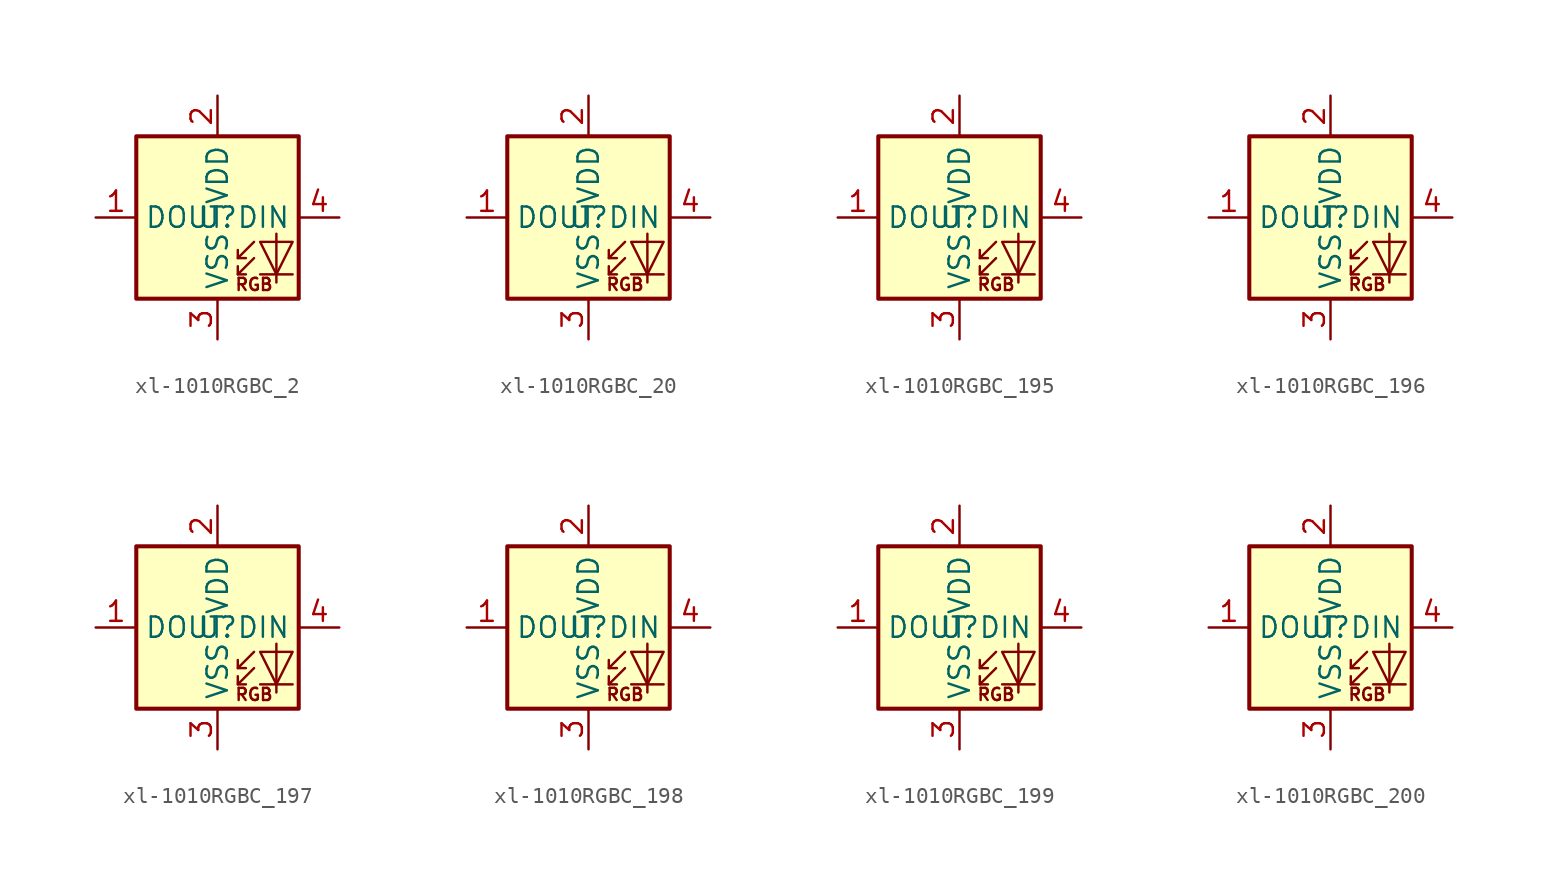
<source format=kicad_sym>
(kicad_symbol_lib
  (version 20231120)
  (generator "kicad_symbol_editor")
  (generator_version "8.0")
  (symbol "xl-1010RGBC_2"
    (property "Reference" "U"
      (at 0 0 0)
      (effects (font (size 1.27 1.27))))
    (property "Value" ""
      (at 0 0 0)
      (effects (font (size 1.27 1.27))))
    (symbol "xl-1010RGBC_2_0_0"
      (text "RGB" (at 2.286 -4.191 0) (effects (font (size 0.762 0.762)))))
    (symbol "xl-1010RGBC_2_0_1"
      (polyline (pts (xy 1.27 -3.556) (xy 1.778 -3.556)) (stroke (width 0) (type default)) (fill (type none)))
      (polyline (pts (xy 1.27 -2.54) (xy 1.778 -2.54)) (stroke (width 0) (type default)) (fill (type none)))
      (polyline (pts (xy 4.699 -3.556) (xy 2.667 -3.556)) (stroke (width 0) (type default)) (fill (type none)))
      (polyline (pts (xy 2.286 -2.54) (xy 1.27 -3.556) (xy 1.27 -3.048)) (stroke (width 0) (type default)) (fill (type none)))
      (polyline (pts (xy 2.286 -1.524) (xy 1.27 -2.54) (xy 1.27 -2.032)) (stroke (width 0) (type default)) (fill (type none)))
      (polyline (pts (xy 3.683 -1.016) (xy 3.683 -3.556) (xy 3.683 -4.064)) (stroke (width 0) (type default)) (fill (type none)))
      (polyline (pts (xy 4.699 -1.524) (xy 2.667 -1.524) (xy 3.683 -3.556) (xy 4.699 -1.524)) (stroke (width 0) (type default)) (fill (type none)))
      (rectangle (start 5.08 5.08) (end -5.08 -5.08) (stroke (width 0.254) (type default)) (fill (type background))))
    (symbol "xl-1010RGBC_2_1_1"
      (pin output line (at -7.62 0 0) (length 2.54) (name "DOUT" (effects (font (size 1.27 1.27)))) (number "1" (effects (font (size 1.27 1.27)))))
      (pin power_in line (at 0 7.62 270) (length 2.54) (name "VDD" (effects (font (size 1.27 1.27)))) (number "2" (effects (font (size 1.27 1.27)))))
      (pin power_in line (at 0 -7.62 90) (length 2.54) (name "VSS" (effects (font (size 1.27 1.27)))) (number "3" (effects (font (size 1.27 1.27)))))
      (pin input line (at 7.62 0 180) (length 2.54) (name "DIN" (effects (font (size 1.27 1.27)))) (number "4" (effects (font (size 1.27 1.27)))))))
  (symbol "xl-1010RGBC_20"
    (property "Reference" "U"
      (at 0 0 0)
      (effects (font (size 1.27 1.27))))
    (property "Value" ""
      (at 0 0 0)
      (effects (font (size 1.27 1.27))))
    (symbol "xl-1010RGBC_20_0_0"
      (text "RGB" (at 2.286 -4.191 0) (effects (font (size 0.762 0.762)))))
    (symbol "xl-1010RGBC_20_0_1"
      (polyline (pts (xy 1.27 -3.556) (xy 1.778 -3.556)) (stroke (width 0) (type default)) (fill (type none)))
      (polyline (pts (xy 1.27 -2.54) (xy 1.778 -2.54)) (stroke (width 0) (type default)) (fill (type none)))
      (polyline (pts (xy 4.699 -3.556) (xy 2.667 -3.556)) (stroke (width 0) (type default)) (fill (type none)))
      (polyline (pts (xy 2.286 -2.54) (xy 1.27 -3.556) (xy 1.27 -3.048)) (stroke (width 0) (type default)) (fill (type none)))
      (polyline (pts (xy 2.286 -1.524) (xy 1.27 -2.54) (xy 1.27 -2.032)) (stroke (width 0) (type default)) (fill (type none)))
      (polyline (pts (xy 3.683 -1.016) (xy 3.683 -3.556) (xy 3.683 -4.064)) (stroke (width 0) (type default)) (fill (type none)))
      (polyline (pts (xy 4.699 -1.524) (xy 2.667 -1.524) (xy 3.683 -3.556) (xy 4.699 -1.524)) (stroke (width 0) (type default)) (fill (type none)))
      (rectangle (start 5.08 5.08) (end -5.08 -5.08) (stroke (width 0.254) (type default)) (fill (type background))))
    (symbol "xl-1010RGBC_20_1_1"
      (pin output line (at -7.62 0 0) (length 2.54) (name "DOUT" (effects (font (size 1.27 1.27)))) (number "1" (effects (font (size 1.27 1.27)))))
      (pin power_in line (at 0 7.62 270) (length 2.54) (name "VDD" (effects (font (size 1.27 1.27)))) (number "2" (effects (font (size 1.27 1.27)))))
      (pin power_in line (at 0 -7.62 90) (length 2.54) (name "VSS" (effects (font (size 1.27 1.27)))) (number "3" (effects (font (size 1.27 1.27)))))
      (pin input line (at 7.62 0 180) (length 2.54) (name "DIN" (effects (font (size 1.27 1.27)))) (number "4" (effects (font (size 1.27 1.27)))))))
  (symbol "xl-1010RGBC_195"
    (property "Reference" "U"
      (at 0 0 0)
      (effects (font (size 1.27 1.27))))
    (property "Value" ""
      (at 0 0 0)
      (effects (font (size 1.27 1.27))))
    (symbol "xl-1010RGBC_195_0_0"
      (text "RGB" (at 2.286 -4.191 0) (effects (font (size 0.762 0.762)))))
    (symbol "xl-1010RGBC_195_0_1"
      (polyline (pts (xy 1.27 -3.556) (xy 1.778 -3.556)) (stroke (width 0) (type default)) (fill (type none)))
      (polyline (pts (xy 1.27 -2.54) (xy 1.778 -2.54)) (stroke (width 0) (type default)) (fill (type none)))
      (polyline (pts (xy 4.699 -3.556) (xy 2.667 -3.556)) (stroke (width 0) (type default)) (fill (type none)))
      (polyline (pts (xy 2.286 -2.54) (xy 1.27 -3.556) (xy 1.27 -3.048)) (stroke (width 0) (type default)) (fill (type none)))
      (polyline (pts (xy 2.286 -1.524) (xy 1.27 -2.54) (xy 1.27 -2.032)) (stroke (width 0) (type default)) (fill (type none)))
      (polyline (pts (xy 3.683 -1.016) (xy 3.683 -3.556) (xy 3.683 -4.064)) (stroke (width 0) (type default)) (fill (type none)))
      (polyline (pts (xy 4.699 -1.524) (xy 2.667 -1.524) (xy 3.683 -3.556) (xy 4.699 -1.524)) (stroke (width 0) (type default)) (fill (type none)))
      (rectangle (start 5.08 5.08) (end -5.08 -5.08) (stroke (width 0.254) (type default)) (fill (type background))))
    (symbol "xl-1010RGBC_195_1_1"
      (pin output line (at -7.62 0 0) (length 2.54) (name "DOUT" (effects (font (size 1.27 1.27)))) (number "1" (effects (font (size 1.27 1.27)))))
      (pin power_in line (at 0 7.62 270) (length 2.54) (name "VDD" (effects (font (size 1.27 1.27)))) (number "2" (effects (font (size 1.27 1.27)))))
      (pin power_in line (at 0 -7.62 90) (length 2.54) (name "VSS" (effects (font (size 1.27 1.27)))) (number "3" (effects (font (size 1.27 1.27)))))
      (pin input line (at 7.62 0 180) (length 2.54) (name "DIN" (effects (font (size 1.27 1.27)))) (number "4" (effects (font (size 1.27 1.27)))))))
  (symbol "xl-1010RGBC_196"
    (property "Reference" "U"
      (at 0 0 0)
      (effects (font (size 1.27 1.27))))
    (property "Value" ""
      (at 0 0 0)
      (effects (font (size 1.27 1.27))))
    (symbol "xl-1010RGBC_196_0_0"
      (text "RGB" (at 2.286 -4.191 0) (effects (font (size 0.762 0.762)))))
    (symbol "xl-1010RGBC_196_0_1"
      (polyline (pts (xy 1.27 -3.556) (xy 1.778 -3.556)) (stroke (width 0) (type default)) (fill (type none)))
      (polyline (pts (xy 1.27 -2.54) (xy 1.778 -2.54)) (stroke (width 0) (type default)) (fill (type none)))
      (polyline (pts (xy 4.699 -3.556) (xy 2.667 -3.556)) (stroke (width 0) (type default)) (fill (type none)))
      (polyline (pts (xy 2.286 -2.54) (xy 1.27 -3.556) (xy 1.27 -3.048)) (stroke (width 0) (type default)) (fill (type none)))
      (polyline (pts (xy 2.286 -1.524) (xy 1.27 -2.54) (xy 1.27 -2.032)) (stroke (width 0) (type default)) (fill (type none)))
      (polyline (pts (xy 3.683 -1.016) (xy 3.683 -3.556) (xy 3.683 -4.064)) (stroke (width 0) (type default)) (fill (type none)))
      (polyline (pts (xy 4.699 -1.524) (xy 2.667 -1.524) (xy 3.683 -3.556) (xy 4.699 -1.524)) (stroke (width 0) (type default)) (fill (type none)))
      (rectangle (start 5.08 5.08) (end -5.08 -5.08) (stroke (width 0.254) (type default)) (fill (type background))))
    (symbol "xl-1010RGBC_196_1_1"
      (pin output line (at -7.62 0 0) (length 2.54) (name "DOUT" (effects (font (size 1.27 1.27)))) (number "1" (effects (font (size 1.27 1.27)))))
      (pin power_in line (at 0 7.62 270) (length 2.54) (name "VDD" (effects (font (size 1.27 1.27)))) (number "2" (effects (font (size 1.27 1.27)))))
      (pin power_in line (at 0 -7.62 90) (length 2.54) (name "VSS" (effects (font (size 1.27 1.27)))) (number "3" (effects (font (size 1.27 1.27)))))
      (pin input line (at 7.62 0 180) (length 2.54) (name "DIN" (effects (font (size 1.27 1.27)))) (number "4" (effects (font (size 1.27 1.27)))))))
  (symbol "xl-1010RGBC_197"
    (property "Reference" "U"
      (at 0 0 0)
      (effects (font (size 1.27 1.27))))
    (property "Value" ""
      (at 0 0 0)
      (effects (font (size 1.27 1.27))))
    (symbol "xl-1010RGBC_197_0_0"
      (text "RGB" (at 2.286 -4.191 0) (effects (font (size 0.762 0.762)))))
    (symbol "xl-1010RGBC_197_0_1"
      (polyline (pts (xy 1.27 -3.556) (xy 1.778 -3.556)) (stroke (width 0) (type default)) (fill (type none)))
      (polyline (pts (xy 1.27 -2.54) (xy 1.778 -2.54)) (stroke (width 0) (type default)) (fill (type none)))
      (polyline (pts (xy 4.699 -3.556) (xy 2.667 -3.556)) (stroke (width 0) (type default)) (fill (type none)))
      (polyline (pts (xy 2.286 -2.54) (xy 1.27 -3.556) (xy 1.27 -3.048)) (stroke (width 0) (type default)) (fill (type none)))
      (polyline (pts (xy 2.286 -1.524) (xy 1.27 -2.54) (xy 1.27 -2.032)) (stroke (width 0) (type default)) (fill (type none)))
      (polyline (pts (xy 3.683 -1.016) (xy 3.683 -3.556) (xy 3.683 -4.064)) (stroke (width 0) (type default)) (fill (type none)))
      (polyline (pts (xy 4.699 -1.524) (xy 2.667 -1.524) (xy 3.683 -3.556) (xy 4.699 -1.524)) (stroke (width 0) (type default)) (fill (type none)))
      (rectangle (start 5.08 5.08) (end -5.08 -5.08) (stroke (width 0.254) (type default)) (fill (type background))))
    (symbol "xl-1010RGBC_197_1_1"
      (pin output line (at -7.62 0 0) (length 2.54) (name "DOUT" (effects (font (size 1.27 1.27)))) (number "1" (effects (font (size 1.27 1.27)))))
      (pin power_in line (at 0 7.62 270) (length 2.54) (name "VDD" (effects (font (size 1.27 1.27)))) (number "2" (effects (font (size 1.27 1.27)))))
      (pin power_in line (at 0 -7.62 90) (length 2.54) (name "VSS" (effects (font (size 1.27 1.27)))) (number "3" (effects (font (size 1.27 1.27)))))
      (pin input line (at 7.62 0 180) (length 2.54) (name "DIN" (effects (font (size 1.27 1.27)))) (number "4" (effects (font (size 1.27 1.27)))))))
  (symbol "xl-1010RGBC_198"
    (property "Reference" "U"
      (at 0 0 0)
      (effects (font (size 1.27 1.27))))
    (property "Value" ""
      (at 0 0 0)
      (effects (font (size 1.27 1.27))))
    (symbol "xl-1010RGBC_198_0_0"
      (text "RGB" (at 2.286 -4.191 0) (effects (font (size 0.762 0.762)))))
    (symbol "xl-1010RGBC_198_0_1"
      (polyline (pts (xy 1.27 -3.556) (xy 1.778 -3.556)) (stroke (width 0) (type default)) (fill (type none)))
      (polyline (pts (xy 1.27 -2.54) (xy 1.778 -2.54)) (stroke (width 0) (type default)) (fill (type none)))
      (polyline (pts (xy 4.699 -3.556) (xy 2.667 -3.556)) (stroke (width 0) (type default)) (fill (type none)))
      (polyline (pts (xy 2.286 -2.54) (xy 1.27 -3.556) (xy 1.27 -3.048)) (stroke (width 0) (type default)) (fill (type none)))
      (polyline (pts (xy 2.286 -1.524) (xy 1.27 -2.54) (xy 1.27 -2.032)) (stroke (width 0) (type default)) (fill (type none)))
      (polyline (pts (xy 3.683 -1.016) (xy 3.683 -3.556) (xy 3.683 -4.064)) (stroke (width 0) (type default)) (fill (type none)))
      (polyline (pts (xy 4.699 -1.524) (xy 2.667 -1.524) (xy 3.683 -3.556) (xy 4.699 -1.524)) (stroke (width 0) (type default)) (fill (type none)))
      (rectangle (start 5.08 5.08) (end -5.08 -5.08) (stroke (width 0.254) (type default)) (fill (type background))))
    (symbol "xl-1010RGBC_198_1_1"
      (pin output line (at -7.62 0 0) (length 2.54) (name "DOUT" (effects (font (size 1.27 1.27)))) (number "1" (effects (font (size 1.27 1.27)))))
      (pin power_in line (at 0 7.62 270) (length 2.54) (name "VDD" (effects (font (size 1.27 1.27)))) (number "2" (effects (font (size 1.27 1.27)))))
      (pin power_in line (at 0 -7.62 90) (length 2.54) (name "VSS" (effects (font (size 1.27 1.27)))) (number "3" (effects (font (size 1.27 1.27)))))
      (pin input line (at 7.62 0 180) (length 2.54) (name "DIN" (effects (font (size 1.27 1.27)))) (number "4" (effects (font (size 1.27 1.27)))))))
  (symbol "xl-1010RGBC_199"
    (property "Reference" "U"
      (at 0 0 0)
      (effects (font (size 1.27 1.27))))
    (property "Value" ""
      (at 0 0 0)
      (effects (font (size 1.27 1.27))))
    (symbol "xl-1010RGBC_199_0_0"
      (text "RGB" (at 2.286 -4.191 0) (effects (font (size 0.762 0.762)))))
    (symbol "xl-1010RGBC_199_0_1"
      (polyline (pts (xy 1.27 -3.556) (xy 1.778 -3.556)) (stroke (width 0) (type default)) (fill (type none)))
      (polyline (pts (xy 1.27 -2.54) (xy 1.778 -2.54)) (stroke (width 0) (type default)) (fill (type none)))
      (polyline (pts (xy 4.699 -3.556) (xy 2.667 -3.556)) (stroke (width 0) (type default)) (fill (type none)))
      (polyline (pts (xy 2.286 -2.54) (xy 1.27 -3.556) (xy 1.27 -3.048)) (stroke (width 0) (type default)) (fill (type none)))
      (polyline (pts (xy 2.286 -1.524) (xy 1.27 -2.54) (xy 1.27 -2.032)) (stroke (width 0) (type default)) (fill (type none)))
      (polyline (pts (xy 3.683 -1.016) (xy 3.683 -3.556) (xy 3.683 -4.064)) (stroke (width 0) (type default)) (fill (type none)))
      (polyline (pts (xy 4.699 -1.524) (xy 2.667 -1.524) (xy 3.683 -3.556) (xy 4.699 -1.524)) (stroke (width 0) (type default)) (fill (type none)))
      (rectangle (start 5.08 5.08) (end -5.08 -5.08) (stroke (width 0.254) (type default)) (fill (type background))))
    (symbol "xl-1010RGBC_199_1_1"
      (pin output line (at -7.62 0 0) (length 2.54) (name "DOUT" (effects (font (size 1.27 1.27)))) (number "1" (effects (font (size 1.27 1.27)))))
      (pin power_in line (at 0 7.62 270) (length 2.54) (name "VDD" (effects (font (size 1.27 1.27)))) (number "2" (effects (font (size 1.27 1.27)))))
      (pin power_in line (at 0 -7.62 90) (length 2.54) (name "VSS" (effects (font (size 1.27 1.27)))) (number "3" (effects (font (size 1.27 1.27)))))
      (pin input line (at 7.62 0 180) (length 2.54) (name "DIN" (effects (font (size 1.27 1.27)))) (number "4" (effects (font (size 1.27 1.27)))))))
  (symbol "xl-1010RGBC_200"
    (property "Reference" "U"
      (at 0 0 0)
      (effects (font (size 1.27 1.27))))
    (property "Value" ""
      (at 0 0 0)
      (effects (font (size 1.27 1.27))))
    (symbol "xl-1010RGBC_200_0_0"
      (text "RGB" (at 2.286 -4.191 0) (effects (font (size 0.762 0.762)))))
    (symbol "xl-1010RGBC_200_0_1"
      (polyline (pts (xy 1.27 -3.556) (xy 1.778 -3.556)) (stroke (width 0) (type default)) (fill (type none)))
      (polyline (pts (xy 1.27 -2.54) (xy 1.778 -2.54)) (stroke (width 0) (type default)) (fill (type none)))
      (polyline (pts (xy 4.699 -3.556) (xy 2.667 -3.556)) (stroke (width 0) (type default)) (fill (type none)))
      (polyline (pts (xy 2.286 -2.54) (xy 1.27 -3.556) (xy 1.27 -3.048)) (stroke (width 0) (type default)) (fill (type none)))
      (polyline (pts (xy 2.286 -1.524) (xy 1.27 -2.54) (xy 1.27 -2.032)) (stroke (width 0) (type default)) (fill (type none)))
      (polyline (pts (xy 3.683 -1.016) (xy 3.683 -3.556) (xy 3.683 -4.064)) (stroke (width 0) (type default)) (fill (type none)))
      (polyline (pts (xy 4.699 -1.524) (xy 2.667 -1.524) (xy 3.683 -3.556) (xy 4.699 -1.524)) (stroke (width 0) (type default)) (fill (type none)))
      (rectangle (start 5.08 5.08) (end -5.08 -5.08) (stroke (width 0.254) (type default)) (fill (type background))))
    (symbol "xl-1010RGBC_200_1_1"
      (pin output line (at -7.62 0 0) (length 2.54) (name "DOUT" (effects (font (size 1.27 1.27)))) (number "1" (effects (font (size 1.27 1.27)))))
      (pin power_in line (at 0 7.62 270) (length 2.54) (name "VDD" (effects (font (size 1.27 1.27)))) (number "2" (effects (font (size 1.27 1.27)))))
      (pin power_in line (at 0 -7.62 90) (length 2.54) (name "VSS" (effects (font (size 1.27 1.27)))) (number "3" (effects (font (size 1.27 1.27)))))
      (pin input line (at 7.62 0 180) (length 2.54) (name "DIN" (effects (font (size 1.27 1.27)))) (number "4" (effects (font (size 1.27 1.27))))))))
</source>
